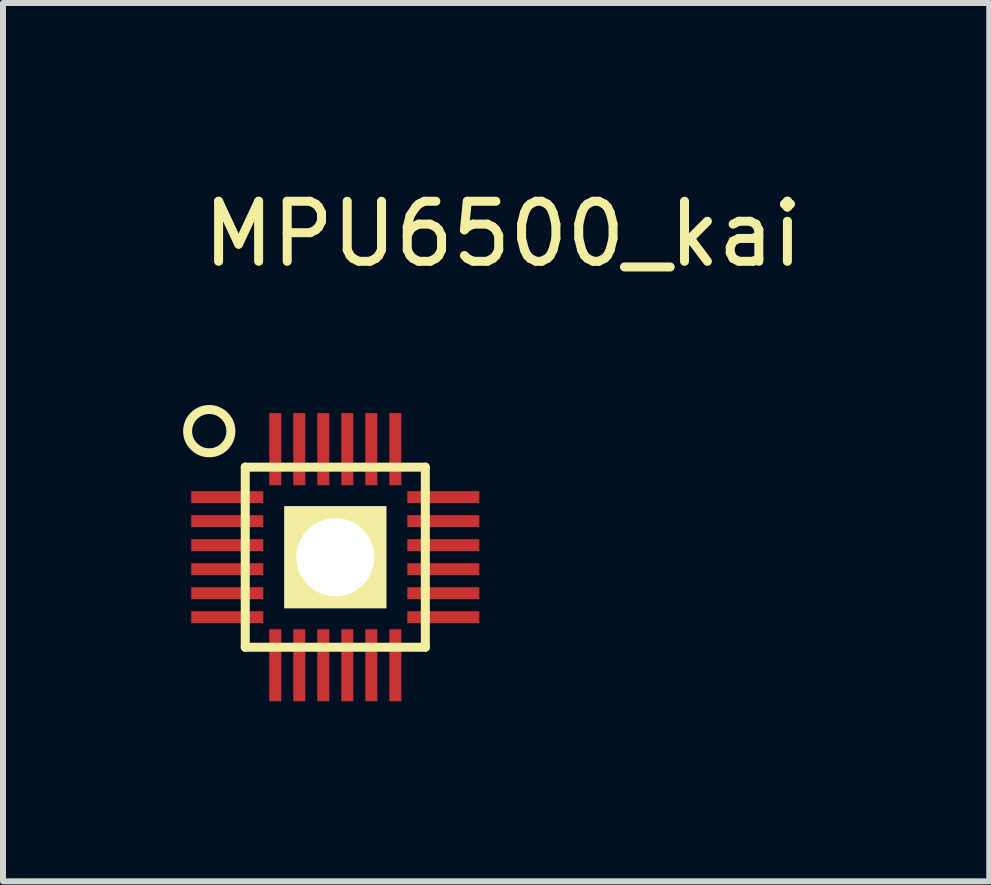
<source format=kicad_pcb>
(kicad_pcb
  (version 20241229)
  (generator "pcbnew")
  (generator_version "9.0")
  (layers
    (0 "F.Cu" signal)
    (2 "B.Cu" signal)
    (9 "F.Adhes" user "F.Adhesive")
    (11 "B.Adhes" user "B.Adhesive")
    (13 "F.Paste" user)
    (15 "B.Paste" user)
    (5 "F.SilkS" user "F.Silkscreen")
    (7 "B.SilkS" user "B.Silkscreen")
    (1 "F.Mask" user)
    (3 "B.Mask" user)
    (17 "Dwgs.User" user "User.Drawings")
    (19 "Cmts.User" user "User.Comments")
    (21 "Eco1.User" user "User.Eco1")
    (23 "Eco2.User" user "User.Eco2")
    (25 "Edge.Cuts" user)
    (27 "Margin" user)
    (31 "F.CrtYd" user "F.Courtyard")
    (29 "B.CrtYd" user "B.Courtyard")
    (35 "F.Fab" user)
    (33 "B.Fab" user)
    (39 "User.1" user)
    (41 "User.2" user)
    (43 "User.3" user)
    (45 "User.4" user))
  (footprint "MPU6500_kai"
    (layer "F.Cu")
    (at 2.536 6.233)
    (property "Reference" "MPU6500_kai" (at 2.794 -5.385 0) (layer "F.SilkS") (effects (font (size 1 1) (thickness 0.15))))
    (attr through_hole)
    (fp_line (start -1.5 -1.5) (end 1.5 -1.5) (stroke (width 0.15) (type solid)) (layer "F.SilkS"))
    (fp_line (start -1.5 1.5) (end -1.5 -1.5) (stroke (width 0.15) (type solid)) (layer "F.SilkS"))
    (fp_line (start 1.5 -1.5) (end 1.5 1.5) (stroke (width 0.15) (type solid)) (layer "F.SilkS"))
    (fp_line (start 1.5 1.5) (end -1.5 1.5) (stroke (width 0.15) (type solid)) (layer "F.SilkS"))
    (fp_circle (center -2.1 -2.1) (end -1.8 -1.9) (stroke (width 0.15) (type solid)) (fill no) (layer "F.SilkS"))
    (pad "" thru_hole rect (at 0 0) (size 1.7 1.7) (drill 1.3) (layers "*.Cu" "*.Mask" "F.SilkS"))
    (pad "1" smd rect (at -1.8 -1) (size 1.2 0.2) (layers "F.Cu" "F.Mask" "F.Paste"))
    (pad "2" smd rect (at -1.8 -0.6) (size 1.2 0.2) (layers "F.Cu" "F.Mask" "F.Paste"))
    (pad "3" smd rect (at -1.8 -0.2) (size 1.2 0.2) (layers "F.Cu" "F.Mask" "F.Paste"))
    (pad "4" smd rect (at -1.8 0.2) (size 1.2 0.2) (layers "F.Cu" "F.Mask" "F.Paste"))
    (pad "5" smd rect (at -1.8 0.6) (size 1.2 0.2) (layers "F.Cu" "F.Mask" "F.Paste"))
    (pad "6" smd rect (at -1.8 1) (size 1.2 0.2) (layers "F.Cu" "F.Mask" "F.Paste"))
    (pad "7" smd rect (at -1 1.8 90) (size 1.2 0.2) (layers "F.Cu" "F.Mask" "F.Paste"))
    (pad "8" smd rect (at -0.6 1.8 90) (size 1.2 0.2) (layers "F.Cu" "F.Mask" "F.Paste"))
    (pad "9" smd rect (at -0.2 1.8 90) (size 1.2 0.2) (layers "F.Cu" "F.Mask" "F.Paste"))
    (pad "10" smd rect (at 0.2 1.8 90) (size 1.2 0.2) (layers "F.Cu" "F.Mask" "F.Paste"))
    (pad "11" smd rect (at 0.6 1.8 90) (size 1.2 0.2) (layers "F.Cu" "F.Mask" "F.Paste"))
    (pad "12" smd rect (at 1 1.8 90) (size 1.2 0.2) (layers "F.Cu" "F.Mask" "F.Paste"))
    (pad "13" smd rect (at 1.8 1 180) (size 1.2 0.2) (layers "F.Cu" "F.Mask" "F.Paste"))
    (pad "14" smd rect (at 1.8 0.6 180) (size 1.2 0.2) (layers "F.Cu" "F.Mask" "F.Paste"))
    (pad "15" smd rect (at 1.8 0.2 180) (size 1.2 0.2) (layers "F.Cu" "F.Mask" "F.Paste"))
    (pad "16" smd rect (at 1.8 -0.2 180) (size 1.2 0.2) (layers "F.Cu" "F.Mask" "F.Paste"))
    (pad "17" smd rect (at 1.8 -0.6 180) (size 1.2 0.2) (layers "F.Cu" "F.Mask" "F.Paste"))
    (pad "18" smd rect (at 1.8 -1 180) (size 1.2 0.2) (layers "F.Cu" "F.Mask" "F.Paste"))
    (pad "19" smd rect (at 1 -1.8 270) (size 1.2 0.2) (layers "F.Cu" "F.Mask" "F.Paste"))
    (pad "20" smd rect (at 0.6 -1.8 270) (size 1.2 0.2) (layers "F.Cu" "F.Mask" "F.Paste"))
    (pad "21" smd rect (at 0.2 -1.8 270) (size 1.2 0.2) (layers "F.Cu" "F.Mask" "F.Paste"))
    (pad "22" smd rect (at -0.2 -1.8 270) (size 1.2 0.2) (layers "F.Cu" "F.Mask" "F.Paste"))
    (pad "23" smd rect (at -0.6 -1.8 270) (size 1.2 0.2) (layers "F.Cu" "F.Mask" "F.Paste"))
    (pad "24" smd rect (at -1 -1.8 270) (size 1.2 0.2) (layers "F.Cu" "F.Mask" "F.Paste")))
  (gr_rect
    (start -3 -3)
    (end 13.431 11.633)
    (stroke (width 0.1) (type default))
    (fill no)
    (layer "Edge.Cuts")))
</source>
